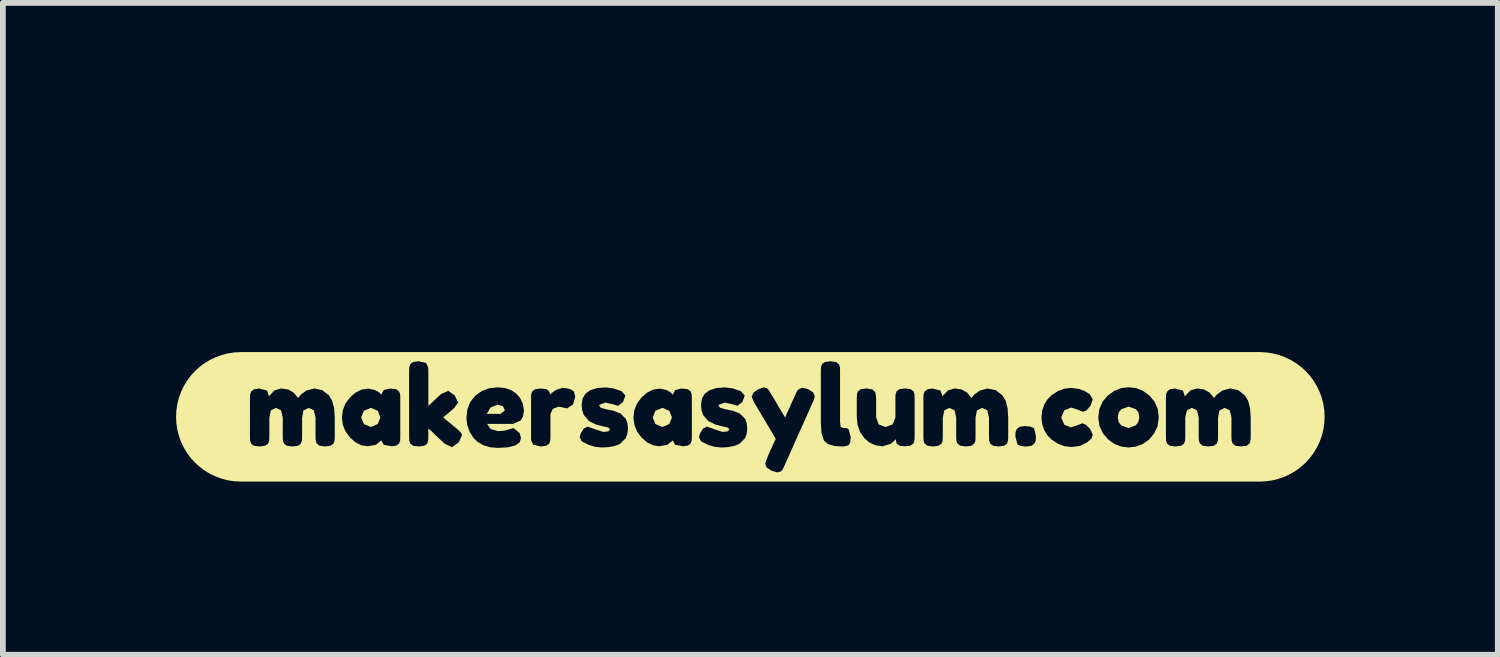
<source format=kicad_pcb>
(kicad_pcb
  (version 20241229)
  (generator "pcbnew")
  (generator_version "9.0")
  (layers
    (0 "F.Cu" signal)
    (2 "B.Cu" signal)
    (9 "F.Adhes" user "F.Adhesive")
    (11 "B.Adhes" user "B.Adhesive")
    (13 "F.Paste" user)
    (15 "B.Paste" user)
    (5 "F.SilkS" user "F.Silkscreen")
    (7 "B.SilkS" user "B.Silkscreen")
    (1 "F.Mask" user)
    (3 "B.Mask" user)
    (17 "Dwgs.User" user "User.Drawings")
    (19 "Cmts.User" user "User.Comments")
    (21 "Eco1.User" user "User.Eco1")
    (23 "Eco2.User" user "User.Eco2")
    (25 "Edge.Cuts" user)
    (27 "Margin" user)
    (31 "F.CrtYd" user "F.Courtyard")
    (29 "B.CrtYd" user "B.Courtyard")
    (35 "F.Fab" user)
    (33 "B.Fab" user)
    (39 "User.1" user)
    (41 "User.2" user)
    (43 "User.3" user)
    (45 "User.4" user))
  (footprint "kibuzzard-6554D613"
    (layer "F.Cu")
    (at 9.948 4.171)
    (property "Reference" "kibuzzard-6554D613" (at 0 -4.17 0) (layer "F.SilkS") (effects (font (size 0.001 0.001) (thickness 0.15))))
    (attr board_only exclude_from_pos_files exclude_from_bom)
    (fp_poly (pts (xy -4.324 -0.052) (xy -4.252 -0.113) (xy -4.285 -0.184) (xy -4.381 -0.211) (xy -4.503 -0.16) (xy -4.564 -0.052) (xy -4.324 -0.052)) (stroke (width 0) (type solid)) (fill yes) (layer "F.SilkS"))
    (fp_poly (pts (xy -6.742 0.012) (xy -6.692 0.126) (xy -6.572 0.176) (xy -6.455 0.125) (xy -6.408 0.011) (xy -6.453 -0.104) (xy -6.573 -0.157) (xy -6.695 -0.104) (xy -6.742 0.012)) (stroke (width 0) (type solid)) (fill yes) (layer "F.SilkS"))
    (fp_poly (pts (xy -1.692 0.012) (xy -1.642 0.126) (xy -1.522 0.176) (xy -1.405 0.125) (xy -1.358 0.011) (xy -1.403 -0.104) (xy -1.523 -0.157) (xy -1.645 -0.104) (xy -1.692 0.012)) (stroke (width 0) (type solid)) (fill yes) (layer "F.SilkS"))
    (fp_poly (pts (xy 6.426 0.149) (xy 6.549 0.195) (xy 6.675 0.148) (xy 6.722 0.089) (xy 6.738 0.007) (xy 6.723 -0.075) (xy 6.679 -0.132) (xy 6.551 -0.178) (xy 6.424 -0.13) (xy 6.379 -0.072) (xy 6.365 0.01) (xy 6.38 0.09) (xy 6.426 0.149)) (stroke (width 0) (type solid)) (fill yes) (layer "F.SilkS"))
    (fp_poly (pts (xy -8.668 -1.122) (xy -8.826 -1.122) (xy -8.936 -1.116) (xy -9.045 -1.1) (xy -9.152 -1.073) (xy -9.256 -1.036) (xy -9.355 -0.989) (xy -9.45 -0.933) (xy -9.538 -0.867) (xy -9.62 -0.793) (xy -9.694 -0.712) (xy -9.759 -0.623) (xy -9.816 -0.529) (xy -9.863 -0.429) (xy -9.9 -0.326) (xy -9.927 -0.219) (xy -9.943 -0.11) (xy -9.948 0) (xy -9.943 0.11) (xy -9.927 0.219) (xy -9.9 0.326) (xy -9.863 0.429) (xy -9.816 0.529) (xy -9.759 0.623) (xy -9.694 0.712) (xy -9.62 0.793) (xy -9.538 0.867) (xy -9.45 0.933) (xy -9.355 0.989) (xy -9.256 1.036) (xy -9.152 1.073) (xy -9.045 1.1) (xy -8.936 1.116) (xy -8.826 1.122) (xy -8.668 1.122) (xy -7.367 1.122) (xy -7.367 0.513) (xy -7.463 0.5) (xy -7.513 0.46) (xy -7.53 0.41) (xy -7.532 0.344) (xy -7.532 0.01) (xy -7.562 -0.114) (xy -7.65 -0.155) (xy -7.741 -0.111) (xy -7.765 0.012) (xy -7.765 0.346) (xy -7.768 0.412) (xy -7.786 0.462) (xy -7.836 0.501) (xy -7.934 0.513) (xy -8.031 0.5) (xy -8.081 0.46) (xy -8.097 0.41) (xy -8.1 0.344) (xy -8.1 0.01) (xy -8.13 -0.114) (xy -8.218 -0.155) (xy -8.304 -0.114) (xy -8.332 0.01) (xy -8.332 0.348) (xy -8.335 0.413) (xy -8.353 0.464) (xy -8.405 0.501) (xy -8.502 0.513) (xy -8.599 0.501) (xy -8.649 0.462) (xy -8.665 0.412) (xy -8.668 0.346) (xy -8.668 -0.325) (xy -8.665 -0.391) (xy -8.647 -0.439) (xy -8.599 -0.478) (xy -8.512 -0.491) (xy -8.372 -0.456) (xy -8.34 -0.357) (xy -8.242 -0.459) (xy -8.125 -0.492) (xy -8.006 -0.474) (xy -7.91 -0.419) (xy -7.835 -0.327) (xy -7.785 -0.387) (xy -7.69 -0.455) (xy -7.557 -0.492) (xy -7.417 -0.463) (xy -7.302 -0.375) (xy -7.245 -0.28) (xy -7.21 -0.151) (xy -7.199 0.012) (xy -7.199 0.346) (xy -7.202 0.411) (xy -7.22 0.462) (xy -7.269 0.501) (xy -7.367 0.513) (xy -7.367 1.122) (xy -6.213 1.122) (xy -6.213 0.51) (xy -6.352 0.484) (xy -6.393 0.409) (xy -6.487 0.484) (xy -6.628 0.51) (xy -6.736 0.493) (xy -6.838 0.443) (xy -6.934 0.359) (xy -7.013 0.253) (xy -7.06 0.137) (xy -7.075 0.01) (xy -7.059 -0.118) (xy -7.012 -0.234) (xy -6.933 -0.339) (xy -6.836 -0.422) (xy -6.732 -0.472) (xy -6.622 -0.489) (xy -6.504 -0.466) (xy -6.429 -0.423) (xy -6.395 -0.384) (xy -6.352 -0.464) (xy -6.245 -0.491) (xy -6.134 -0.479) (xy -6.084 -0.439) (xy -6.066 -0.389) (xy -6.064 -0.323) (xy -6.064 0.344) (xy -6.066 0.41) (xy -6.083 0.46) (xy -6.129 0.497) (xy -6.213 0.51) (xy -6.213 1.122) (xy -5.168 1.122) (xy -5.168 0.525) (xy -5.284 0.47) (xy -5.304 0.456) (xy -5.359 0.406) (xy -5.439 0.33) (xy -5.519 0.252) (xy -5.578 0.201) (xy -5.578 0.348) (xy -5.581 0.413) (xy -5.599 0.464) (xy -5.648 0.501) (xy -5.745 0.513) (xy -5.842 0.501) (xy -5.892 0.462) (xy -5.908 0.411) (xy -5.911 0.346) (xy -5.911 -0.795) (xy -5.908 -0.861) (xy -5.892 -0.912) (xy -5.842 -0.95) (xy -5.744 -0.963) (xy -5.614 -0.931) (xy -5.58 -0.847) (xy -5.578 -0.793) (xy -5.578 -0.19) (xy -5.474 -0.287) (xy -5.37 -0.384) (xy -5.347 -0.399) (xy -5.233 -0.451) (xy -5.123 -0.373) (xy -5.062 -0.252) (xy -5.132 -0.15) (xy -5.321 0.01) (xy -5.067 0.22) (xy -5.007 0.281) (xy -4.995 0.321) (xy -5.054 0.445) (xy -5.168 0.525) (xy -5.168 1.122) (xy -4.378 1.122) (xy -4.378 0.538) (xy -4.511 0.526) (xy -4.628 0.49) (xy -4.726 0.433) (xy -4.799 0.361) (xy -4.865 0.254) (xy -4.905 0.139) (xy -4.919 0.016) (xy -4.901 -0.133) (xy -4.85 -0.261) (xy -4.763 -0.368) (xy -4.651 -0.448) (xy -4.522 -0.496) (xy -4.376 -0.511) (xy -4.252 -0.5) (xy -4.146 -0.465) (xy -4.058 -0.406) (xy -3.987 -0.325) (xy -3.939 -0.221) (xy -3.922 -0.109) (xy -3.937 -0.007) (xy -3.98 0.065) (xy -4.109 0.121) (xy -4.561 0.121) (xy -4.498 0.211) (xy -4.372 0.247) (xy -4.273 0.241) (xy -4.199 0.224) (xy -4.178 0.216) (xy -4.101 0.195) (xy -3.997 0.281) (xy -3.972 0.369) (xy -3.997 0.443) (xy -4.073 0.496) (xy -4.2 0.528) (xy -4.378 0.538) (xy -4.378 1.122) (xy -3.633 1.122) (xy -3.633 0.513) (xy -3.764 0.481) (xy -3.799 0.399) (xy -3.799 0.344) (xy -3.799 -0.325) (xy -3.796 -0.391) (xy -3.78 -0.439) (xy -3.729 -0.478) (xy -3.631 -0.491) (xy -3.538 -0.48) (xy -3.488 -0.447) (xy -3.467 -0.384) (xy -3.439 -0.416) (xy -3.362 -0.468) (xy -3.259 -0.5) (xy -3.183 -0.495) (xy -3.117 -0.479) (xy -3.057 -0.44) (xy -3.033 -0.351) (xy -3.069 -0.218) (xy -3.174 -0.146) (xy -3.239 -0.161) (xy -3.322 -0.176) (xy -3.419 -0.14) (xy -3.463 -0.052) (xy -3.463 0.348) (xy -3.466 0.413) (xy -3.484 0.464) (xy -3.536 0.501) (xy -3.633 0.513) (xy -3.633 1.122) (xy -2.567 1.122) (xy -2.567 0.531) (xy -2.688 0.519) (xy -2.806 0.483) (xy -2.92 0.424) (xy -2.957 0.351) (xy -2.938 0.289) (xy -2.884 0.201) (xy -2.817 0.169) (xy -2.69 0.215) (xy -2.545 0.262) (xy -2.458 0.251) (xy -2.429 0.216) (xy -2.461 0.185) (xy -2.557 0.163) (xy -2.676 0.132) (xy -2.795 0.073) (xy -2.886 -0.034) (xy -2.913 -0.115) (xy -2.922 -0.209) (xy -2.906 -0.317) (xy -2.856 -0.401) (xy -2.773 -0.461) (xy -2.658 -0.498) (xy -2.509 -0.51) (xy -2.372 -0.493) (xy -2.231 -0.445) (xy -2.164 -0.369) (xy -2.206 -0.256) (xy -2.292 -0.19) (xy -2.376 -0.218) (xy -2.511 -0.247) (xy -2.623 -0.205) (xy -2.591 -0.158) (xy -2.494 -0.13) (xy -2.37 -0.106) (xy -2.25 -0.058) (xy -2.157 0.034) (xy -2.13 0.108) (xy -2.12 0.199) (xy -2.13 0.291) (xy -2.157 0.368) (xy -2.261 0.471) (xy -2.349 0.504) (xy -2.451 0.524) (xy -2.567 0.531) (xy -2.567 1.122) (xy -1.163 1.122) (xy -1.163 0.51) (xy -1.302 0.484) (xy -1.343 0.409) (xy -1.437 0.484) (xy -1.578 0.51) (xy -1.686 0.493) (xy -1.787 0.443) (xy -1.884 0.359) (xy -1.962 0.253) (xy -2.009 0.137) (xy -2.025 0.01) (xy -2.009 -0.118) (xy -1.962 -0.234) (xy -1.883 -0.339) (xy -1.785 -0.422) (xy -1.682 -0.472) (xy -1.572 -0.489) (xy -1.454 -0.466) (xy -1.379 -0.423) (xy -1.345 -0.384) (xy -1.302 -0.464) (xy -1.194 -0.491) (xy -1.084 -0.479) (xy -1.033 -0.439) (xy -1.016 -0.389) (xy -1.013 -0.323) (xy -1.013 0.344) (xy -1.016 0.41) (xy -1.033 0.46) (xy -1.078 0.497) (xy -1.163 0.51) (xy -1.163 1.122) (xy -0.5 1.122) (xy -0.5 0.531) (xy -0.621 0.519) (xy -0.739 0.483) (xy -0.853 0.424) (xy -0.89 0.351) (xy -0.872 0.289) (xy -0.817 0.201) (xy -0.75 0.169) (xy -0.623 0.215) (xy -0.478 0.262) (xy -0.391 0.251) (xy -0.362 0.216) (xy -0.394 0.185) (xy -0.49 0.163) (xy -0.609 0.132) (xy -0.728 0.073) (xy -0.819 -0.034) (xy -0.846 -0.115) (xy -0.855 -0.209) (xy -0.839 -0.317) (xy -0.789 -0.401) (xy -0.707 -0.461) (xy -0.591 -0.498) (xy -0.442 -0.51) (xy -0.305 -0.493) (xy -0.164 -0.445) (xy -0.097 -0.369) (xy -0.139 -0.256) (xy -0.225 -0.19) (xy -0.31 -0.218) (xy -0.444 -0.247) (xy -0.556 -0.205) (xy -0.524 -0.158) (xy -0.427 -0.13) (xy -0.303 -0.106) (xy -0.183 -0.058) (xy -0.09 0.034) (xy -0.063 0.108) (xy -0.053 0.199) (xy -0.063 0.291) (xy -0.09 0.368) (xy -0.194 0.471) (xy -0.282 0.504) (xy -0.384 0.524) (xy -0.5 0.531) (xy -0.5 1.122) (xy 0.471 1.122) (xy 0.471 0.963) (xy 0.37 0.934) (xy 0.285 0.88) (xy 0.257 0.816) (xy 0.269 0.772) (xy 0.303 0.684) (xy 0.36 0.554) (xy 0.44 0.38) (xy 0.061 -0.258) (xy 0.023 -0.351) (xy 0.049 -0.412) (xy 0.126 -0.473) (xy 0.227 -0.511) (xy 0.286 -0.496) (xy 0.319 -0.465) (xy 0.351 -0.412) (xy 0.424 -0.288) (xy 0.486 -0.183) (xy 0.546 -0.083) (xy 0.604 0.012) (xy 0.634 -0.062) (xy 0.707 -0.223) (xy 0.778 -0.38) (xy 0.807 -0.441) (xy 0.829 -0.473) (xy 0.898 -0.506) (xy 1.004 -0.479) (xy 1.088 -0.424) (xy 1.116 -0.359) (xy 1.101 -0.294) (xy 1.086 -0.262) (xy 0.587 0.854) (xy 0.561 0.91) (xy 0.528 0.946) (xy 0.471 0.963) (xy 0.471 1.122) (xy 1.617 1.122) (xy 1.617 0.514) (xy 1.465 0.506) (xy 1.344 0.472) (xy 1.274 0.409) (xy 1.234 0.288) (xy 1.221 0.111) (xy 1.221 -0.795) (xy 1.224 -0.861) (xy 1.24 -0.912) (xy 1.291 -0.95) (xy 1.389 -0.963) (xy 1.483 -0.95) (xy 1.534 -0.912) (xy 1.552 -0.86) (xy 1.554 -0.793) (xy 1.554 0.089) (xy 1.566 0.175) (xy 1.616 0.193) (xy 1.669 0.196) (xy 1.701 0.212) (xy 1.739 0.348) (xy 1.73 0.444) (xy 1.701 0.494) (xy 1.617 0.514) (xy 1.617 1.122) (xy 2.678 1.122) (xy 2.678 0.511) (xy 2.585 0.5) (xy 2.536 0.466) (xy 2.517 0.388) (xy 2.482 0.426) (xy 2.431 0.468) (xy 2.29 0.51) (xy 2.169 0.493) (xy 2.062 0.445) (xy 1.971 0.364) (xy 1.9 0.26) (xy 1.858 0.141) (xy 1.844 0.009) (xy 1.844 -0.325) (xy 1.847 -0.391) (xy 1.863 -0.441) (xy 1.914 -0.48) (xy 2.012 -0.492) (xy 2.117 -0.474) (xy 2.168 -0.42) (xy 2.179 -0.323) (xy 2.179 0.01) (xy 2.224 0.132) (xy 2.344 0.176) (xy 2.466 0.13) (xy 2.513 0.01) (xy 2.513 -0.327) (xy 2.516 -0.392) (xy 2.534 -0.443) (xy 2.583 -0.48) (xy 2.68 -0.492) (xy 2.777 -0.48) (xy 2.827 -0.441) (xy 2.843 -0.391) (xy 2.846 -0.325) (xy 2.846 0.35) (xy 2.843 0.413) (xy 2.825 0.462) (xy 2.774 0.499) (xy 2.678 0.511) (xy 2.678 1.122) (xy 4.3 1.122) (xy 4.3 0.513) (xy 4.203 0.5) (xy 4.153 0.46) (xy 4.137 0.41) (xy 4.134 0.344) (xy 4.134 0.01) (xy 4.104 -0.114) (xy 4.016 -0.155) (xy 3.925 -0.111) (xy 3.901 0.012) (xy 3.901 0.346) (xy 3.899 0.412) (xy 3.88 0.462) (xy 3.83 0.501) (xy 3.732 0.513) (xy 3.635 0.5) (xy 3.585 0.46) (xy 3.569 0.41) (xy 3.566 0.344) (xy 3.566 0.01) (xy 3.537 -0.114) (xy 3.448 -0.155) (xy 3.362 -0.114) (xy 3.334 0.01) (xy 3.334 0.348) (xy 3.331 0.413) (xy 3.313 0.464) (xy 3.261 0.501) (xy 3.164 0.513) (xy 3.068 0.501) (xy 3.018 0.462) (xy 3.001 0.412) (xy 2.998 0.346) (xy 2.998 -0.325) (xy 3.001 -0.391) (xy 3.019 -0.439) (xy 3.068 -0.478) (xy 3.155 -0.491) (xy 3.294 -0.456) (xy 3.326 -0.357) (xy 3.425 -0.459) (xy 3.541 -0.492) (xy 3.66 -0.474) (xy 3.756 -0.419) (xy 3.831 -0.327) (xy 3.881 -0.387) (xy 3.976 -0.455) (xy 4.109 -0.492) (xy 4.249 -0.463) (xy 4.364 -0.375) (xy 4.422 -0.28) (xy 4.456 -0.151) (xy 4.467 0.012) (xy 4.467 0.346) (xy 4.464 0.411) (xy 4.446 0.462) (xy 4.397 0.501) (xy 4.3 0.513) (xy 4.3 1.122) (xy 4.781 1.122) (xy 4.781 0.515) (xy 4.685 0.506) (xy 4.628 0.479) (xy 4.591 0.342) (xy 4.591 0.334) (xy 4.594 0.268) (xy 4.612 0.216) (xy 4.662 0.173) (xy 4.756 0.159) (xy 4.853 0.169) (xy 4.915 0.199) (xy 4.947 0.332) (xy 4.947 0.34) (xy 4.944 0.408) (xy 4.924 0.46) (xy 4.874 0.501) (xy 4.781 0.515) (xy 4.781 1.122) (xy 5.561 1.122) (xy 5.561 0.523) (xy 5.444 0.509) (xy 5.33 0.466) (xy 5.22 0.395) (xy 5.149 0.324) (xy 5.092 0.232) (xy 5.055 0.125) (xy 5.043 0.008) (xy 5.055 -0.11) (xy 5.092 -0.215) (xy 5.149 -0.306) (xy 5.22 -0.376) (xy 5.327 -0.446) (xy 5.44 -0.488) (xy 5.557 -0.502) (xy 5.698 -0.482) (xy 5.799 -0.443) (xy 5.829 -0.424) (xy 5.883 -0.388) (xy 5.932 -0.301) (xy 5.892 -0.191) (xy 5.825 -0.113) (xy 5.761 -0.087) (xy 5.658 -0.129) (xy 5.56 -0.161) (xy 5.441 -0.115) (xy 5.385 0.011) (xy 5.439 0.137) (xy 5.552 0.182) (xy 5.665 0.147) (xy 5.749 0.111) (xy 5.813 0.137) (xy 5.888 0.212) (xy 5.932 0.311) (xy 5.906 0.381) (xy 5.827 0.447) (xy 5.706 0.504) (xy 5.561 0.523) (xy 5.561 1.122) (xy 6.551 1.122) (xy 6.551 0.531) (xy 6.427 0.515) (xy 6.307 0.469) (xy 6.199 0.392) (xy 6.108 0.286) (xy 6.048 0.157) (xy 6.027 0.012) (xy 6.045 -0.131) (xy 6.099 -0.257) (xy 6.187 -0.365) (xy 6.299 -0.447) (xy 6.421 -0.497) (xy 6.553 -0.513) (xy 6.685 -0.497) (xy 6.806 -0.448) (xy 6.917 -0.366) (xy 7.005 -0.258) (xy 7.058 -0.133) (xy 7.075 0.01) (xy 7.055 0.16) (xy 6.993 0.291) (xy 6.903 0.398) (xy 6.794 0.472) (xy 6.675 0.516) (xy 6.551 0.531) (xy 6.551 1.122) (xy 8.5 1.122) (xy 8.5 0.513) (xy 8.403 0.5) (xy 8.353 0.46) (xy 8.337 0.41) (xy 8.334 0.344) (xy 8.334 0.01) (xy 8.305 -0.114) (xy 8.216 -0.155) (xy 8.126 -0.111) (xy 8.102 0.012) (xy 8.102 0.346) (xy 8.099 0.412) (xy 8.081 0.462) (xy 8.031 0.501) (xy 7.932 0.513) (xy 7.836 0.5) (xy 7.786 0.46) (xy 7.77 0.41) (xy 7.767 0.344) (xy 7.767 0.01) (xy 7.737 -0.114) (xy 7.649 -0.155) (xy 7.563 -0.114) (xy 7.534 0.01) (xy 7.534 0.348) (xy 7.531 0.413) (xy 7.513 0.464) (xy 7.462 0.501) (xy 7.365 0.513) (xy 7.268 0.501) (xy 7.218 0.462) (xy 7.202 0.412) (xy 7.199 0.346) (xy 7.199 -0.325) (xy 7.202 -0.391) (xy 7.22 -0.439) (xy 7.268 -0.478) (xy 7.355 -0.491) (xy 7.494 -0.456) (xy 7.527 -0.357) (xy 7.625 -0.459) (xy 7.742 -0.492) (xy 7.86 -0.474) (xy 7.957 -0.419) (xy 8.031 -0.327) (xy 8.082 -0.387) (xy 8.176 -0.455) (xy 8.31 -0.492) (xy 8.45 -0.463) (xy 8.565 -0.375) (xy 8.622 -0.28) (xy 8.656 -0.151) (xy 8.668 0.012) (xy 8.668 0.346) (xy 8.665 0.411) (xy 8.647 0.462) (xy 8.598 0.501) (xy 8.5 0.513) (xy 8.5 1.122) (xy 8.668 1.122) (xy 8.826 1.122) (xy 8.826 1.122) (xy 8.936 1.116) (xy 9.045 1.1) (xy 9.152 1.073) (xy 9.256 1.036) (xy 9.355 0.989) (xy 9.45 0.933) (xy 9.538 0.867) (xy 9.62 0.793) (xy 9.694 0.712) (xy 9.759 0.623) (xy 9.816 0.529) (xy 9.863 0.429) (xy 9.9 0.326) (xy 9.927 0.219) (xy 9.943 0.11) (xy 9.948 0) (xy 9.943 -0.11) (xy 9.927 -0.219) (xy 9.9 -0.326) (xy 9.863 -0.429) (xy 9.816 -0.529) (xy 9.759 -0.623) (xy 9.694 -0.712) (xy 9.62 -0.793) (xy 9.538 -0.867) (xy 9.45 -0.933) (xy 9.355 -0.989) (xy 9.256 -1.036) (xy 9.152 -1.073) (xy 9.045 -1.1) (xy 8.936 -1.116) (xy 8.826 -1.122) (xy 8.826 -1.122) (xy 8.668 -1.122) (xy -8.668 -1.122)) (stroke (width 0) (type solid)) (fill yes) (layer "F.SilkS")))
  (gr_rect
    (start -3 -3)
    (end 22.896 8.292)
    (stroke (width 0.1) (type default))
    (fill no)
    (layer "Edge.Cuts")))
</source>
